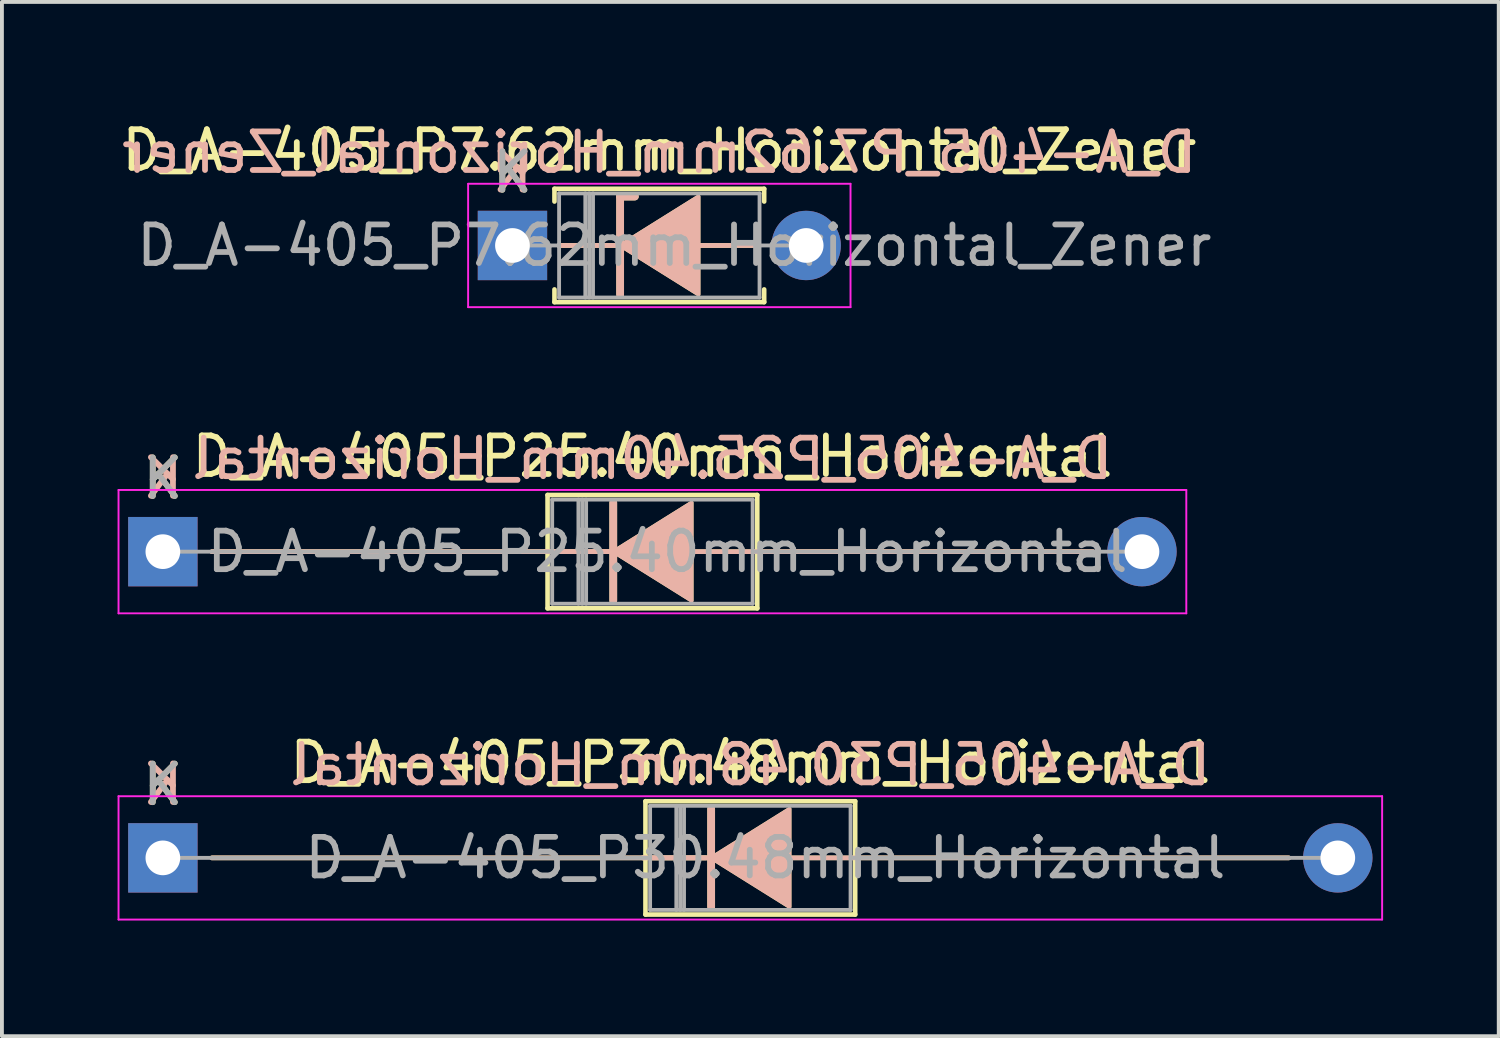
<source format=kicad_pcb>
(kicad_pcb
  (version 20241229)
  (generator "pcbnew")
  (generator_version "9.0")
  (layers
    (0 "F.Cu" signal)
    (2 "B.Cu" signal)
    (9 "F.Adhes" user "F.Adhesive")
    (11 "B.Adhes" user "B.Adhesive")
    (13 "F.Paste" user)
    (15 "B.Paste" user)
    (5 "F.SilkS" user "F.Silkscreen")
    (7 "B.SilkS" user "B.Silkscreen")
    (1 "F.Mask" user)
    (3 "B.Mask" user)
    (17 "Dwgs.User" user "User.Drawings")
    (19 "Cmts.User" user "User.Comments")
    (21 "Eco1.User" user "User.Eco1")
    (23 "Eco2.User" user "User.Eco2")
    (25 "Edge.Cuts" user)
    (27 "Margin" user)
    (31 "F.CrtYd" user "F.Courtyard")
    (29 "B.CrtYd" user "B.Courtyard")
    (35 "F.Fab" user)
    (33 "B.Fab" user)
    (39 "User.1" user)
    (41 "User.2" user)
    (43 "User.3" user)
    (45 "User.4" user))
  (footprint "D_A-405_P7.62mm_Horizontal_Zener"
    (layer "F.Cu")
    (at 10.244 3.318)
    (property "Reference" "D_A-405_P7.62mm_Horizontal_Zener" (at 3.81 -2.47 0) (layer "F.SilkS") (effects (font (size 1 1) (thickness 0.15))))
    (fp_line (start 1.09 -1.47) (end 6.53 -1.47) (stroke (width 0.12) (type solid)) (layer "F.SilkS"))
    (fp_line (start 1.09 -1.14) (end 1.09 -1.47) (stroke (width 0.12) (type solid)) (layer "F.SilkS"))
    (fp_line (start 1.09 1.14) (end 1.09 1.47) (stroke (width 0.12) (type solid)) (layer "F.SilkS"))
    (fp_line (start 1.09 1.47) (end 6.53 1.47) (stroke (width 0.12) (type solid)) (layer "F.SilkS"))
    (fp_line (start 1.2 0) (end 2.794 0) (stroke (width 0.12) (type solid)) (layer "F.SilkS"))
    (fp_line (start 2.794 -1.27) (end 2.794 1.27) (stroke (width 0.2) (type solid)) (layer "F.SilkS"))
    (fp_line (start 2.794 -1.27) (end 3.175 -1.27) (stroke (width 0.2) (type solid)) (layer "F.SilkS"))
    (fp_line (start 6.4 0) (end 4.826 0) (stroke (width 0.12) (type solid)) (layer "F.SilkS"))
    (fp_line (start 6.53 -1.47) (end 6.53 -1.14) (stroke (width 0.12) (type solid)) (layer "F.SilkS"))
    (fp_line (start 6.53 1.47) (end 6.53 1.14) (stroke (width 0.12) (type solid)) (layer "F.SilkS"))
    (fp_poly (pts (xy 4.826 1.27) (xy 2.794 0) (xy 4.826 -1.27)) (stroke (width 0.1) (type solid)) (fill yes) (layer "F.SilkS"))
    (fp_line (start 1.2 0) (end 2.794 0) (stroke (width 0.12) (type solid)) (layer "B.SilkS"))
    (fp_line (start 2.794 -1.27) (end 3.175 -1.27) (stroke (width 0.2) (type solid)) (layer "B.SilkS"))
    (fp_line (start 2.794 1.27) (end 2.794 -1.27) (stroke (width 0.2) (type solid)) (layer "B.SilkS"))
    (fp_line (start 6.4 0) (end 4.826 0) (stroke (width 0.12) (type solid)) (layer "B.SilkS"))
    (fp_poly (pts (xy 4.826 -1.27) (xy 2.794 0) (xy 4.826 1.27)) (stroke (width 0.1) (type solid)) (fill yes) (layer "B.SilkS"))
    (fp_line (start -1.15 -1.6) (end -1.15 1.6) (stroke (width 0.05) (type solid)) (layer "F.CrtYd"))
    (fp_line (start -1.15 1.6) (end 8.77 1.6) (stroke (width 0.05) (type solid)) (layer "F.CrtYd"))
    (fp_line (start 8.77 -1.6) (end -1.15 -1.6) (stroke (width 0.05) (type solid)) (layer "F.CrtYd"))
    (fp_line (start 8.77 1.6) (end 8.77 -1.6) (stroke (width 0.05) (type solid)) (layer "F.CrtYd"))
    (fp_line (start 0 0) (end 1.21 0) (stroke (width 0.1) (type solid)) (layer "F.Fab"))
    (fp_line (start 1.21 -1.35) (end 1.21 1.35) (stroke (width 0.1) (type solid)) (layer "F.Fab"))
    (fp_line (start 1.21 1.35) (end 6.41 1.35) (stroke (width 0.1) (type solid)) (layer "F.Fab"))
    (fp_line (start 1.89 -1.35) (end 1.89 1.35) (stroke (width 0.1) (type solid)) (layer "F.Fab"))
    (fp_line (start 1.99 -1.35) (end 1.99 1.35) (stroke (width 0.1) (type solid)) (layer "F.Fab"))
    (fp_line (start 2.09 -1.35) (end 2.09 1.35) (stroke (width 0.1) (type solid)) (layer "F.Fab"))
    (fp_line (start 6.41 -1.35) (end 1.21 -1.35) (stroke (width 0.1) (type solid)) (layer "F.Fab"))
    (fp_line (start 6.41 1.35) (end 6.41 -1.35) (stroke (width 0.1) (type solid)) (layer "F.Fab"))
    (fp_line (start 7.62 0) (end 6.41 0) (stroke (width 0.1) (type solid)) (layer "F.Fab"))
    (fp_text user "K" (at 0 -1.9 0) (layer "F.SilkS") (effects (font (size 1 1) (thickness 0.15))))
    (fp_text user "${REFERENCE}" (at 3.81 -2.413 0) (layer "B.SilkS") (effects (font (size 1 1) (thickness 0.15)) (justify mirror)))
    (fp_text user "K" (at 0 -1.905 0) (layer "B.SilkS") (effects (font (size 1 1) (thickness 0.15)) (justify mirror)))
    (fp_text user "K" (at 0 -1.9 0) (layer "F.Fab") (effects (font (size 1 1) (thickness 0.15))))
    (fp_text user "${REFERENCE}" (at 4.2 0 0) (layer "F.Fab") (effects (font (size 1 1) (thickness 0.15))))
    (pad "1" thru_hole rect (at 0 0) (size 1.8 1.8) (drill 0.9) (layers "*.Cu" "*.Mask"))
    (pad "2" thru_hole oval (at 7.62 0) (size 1.8 1.8) (drill 0.9) (layers "*.Cu" "*.Mask")))
  (footprint "D_A-405_P30.48mm_Horizontal"
    (layer "F.Cu")
    (at 1.175 19.205)
    (property "Reference" "D_A-405_P30.48mm_Horizontal" (at 15.24 -2.47 0) (layer "F.SilkS") (effects (font (size 1 1) (thickness 0.15))))
    (fp_line (start 1.27 0) (end 12.52 0) (stroke (width 0.12) (type solid)) (layer "F.SilkS"))
    (fp_line (start 12.52 -1.47) (end 12.52 1.47) (stroke (width 0.12) (type solid)) (layer "F.SilkS"))
    (fp_line (start 12.52 1.47) (end 17.96 1.47) (stroke (width 0.12) (type solid)) (layer "F.SilkS"))
    (fp_line (start 12.69 0) (end 14.09 0) (stroke (width 0.12) (type solid)) (layer "F.SilkS"))
    (fp_line (start 14.224 -1.27) (end 14.224 1.27) (stroke (width 0.2) (type solid)) (layer "F.SilkS"))
    (fp_line (start 14.224 0) (end 12.446 0) (stroke (width 0.12) (type solid)) (layer "F.SilkS"))
    (fp_line (start 17.96 -1.47) (end 12.52 -1.47) (stroke (width 0.12) (type solid)) (layer "F.SilkS"))
    (fp_line (start 17.96 0) (end 16.32 0) (stroke (width 0.12) (type solid)) (layer "F.SilkS"))
    (fp_line (start 17.96 1.47) (end 17.96 -1.47) (stroke (width 0.12) (type solid)) (layer "F.SilkS"))
    (fp_line (start 29.21 0) (end 17.96 0) (stroke (width 0.12) (type solid)) (layer "F.SilkS"))
    (fp_poly (pts (xy 16.256 1.27) (xy 14.224 0) (xy 16.256 -1.27)) (stroke (width 0.1) (type solid)) (fill yes) (layer "F.SilkS"))
    (fp_line (start 1.27 0) (end 12.52 0) (stroke (width 0.12) (type solid)) (layer "B.SilkS"))
    (fp_line (start 12.69 0) (end 14.09 0) (stroke (width 0.12) (type solid)) (layer "B.SilkS"))
    (fp_line (start 14.224 0) (end 12.446 0) (stroke (width 0.12) (type solid)) (layer "B.SilkS"))
    (fp_line (start 14.224 1.27) (end 14.224 -1.27) (stroke (width 0.2) (type solid)) (layer "B.SilkS"))
    (fp_line (start 17.96 0) (end 16.32 0) (stroke (width 0.12) (type solid)) (layer "B.SilkS"))
    (fp_line (start 29.21 0) (end 17.96 0) (stroke (width 0.12) (type solid)) (layer "B.SilkS"))
    (fp_poly (pts (xy 16.256 -1.27) (xy 14.224 0) (xy 16.256 1.27)) (stroke (width 0.1) (type solid)) (fill yes) (layer "B.SilkS"))
    (fp_line (start -1.15 -1.6) (end -1.15 1.6) (stroke (width 0.05) (type solid)) (layer "F.CrtYd"))
    (fp_line (start -1.15 1.6) (end 31.63 1.6) (stroke (width 0.05) (type solid)) (layer "F.CrtYd"))
    (fp_line (start 31.63 -1.6) (end -1.15 -1.6) (stroke (width 0.05) (type solid)) (layer "F.CrtYd"))
    (fp_line (start 31.63 1.6) (end 31.63 -1.6) (stroke (width 0.05) (type solid)) (layer "F.CrtYd"))
    (fp_line (start 0 0) (end 12.64 0) (stroke (width 0.1) (type solid)) (layer "F.Fab"))
    (fp_line (start 12.64 -1.35) (end 12.64 1.35) (stroke (width 0.1) (type solid)) (layer "F.Fab"))
    (fp_line (start 12.64 1.35) (end 17.84 1.35) (stroke (width 0.1) (type solid)) (layer "F.Fab"))
    (fp_line (start 13.32 -1.35) (end 13.32 1.35) (stroke (width 0.1) (type solid)) (layer "F.Fab"))
    (fp_line (start 13.42 -1.35) (end 13.42 1.35) (stroke (width 0.1) (type solid)) (layer "F.Fab"))
    (fp_line (start 13.52 -1.35) (end 13.52 1.35) (stroke (width 0.1) (type solid)) (layer "F.Fab"))
    (fp_line (start 17.84 -1.35) (end 12.64 -1.35) (stroke (width 0.1) (type solid)) (layer "F.Fab"))
    (fp_line (start 17.84 1.35) (end 17.84 -1.35) (stroke (width 0.1) (type solid)) (layer "F.Fab"))
    (fp_line (start 30.48 0) (end 17.84 0) (stroke (width 0.1) (type solid)) (layer "F.Fab"))
    (fp_text user "K" (at 0 -1.9 0) (layer "F.SilkS") (effects (font (size 1 1) (thickness 0.15))))
    (fp_text user "${REFERENCE}" (at 15.24 -2.413 0) (layer "B.SilkS") (effects (font (size 1 1) (thickness 0.15)) (justify mirror)))
    (fp_text user "K" (at 0 -1.905 0) (layer "B.SilkS") (effects (font (size 1 1) (thickness 0.15)) (justify mirror)))
    (fp_text user "K" (at 0 -1.9 0) (layer "F.Fab") (effects (font (size 1 1) (thickness 0.15))))
    (fp_text user "${REFERENCE}" (at 15.63 0 0) (layer "F.Fab") (effects (font (size 1 1) (thickness 0.15))))
    (pad "1" thru_hole rect (at 0 0) (size 1.8 1.8) (drill 0.9) (layers "*.Cu" "*.Mask"))
    (pad "2" thru_hole oval (at 30.48 0) (size 1.8 1.8) (drill 0.9) (layers "*.Cu" "*.Mask")))
  (footprint "D_A-405_P25.40mm_Horizontal"
    (layer "F.Cu")
    (at 1.175 11.261)
    (property "Reference" "D_A-405_P25.40mm_Horizontal" (at 12.7 -2.47 0) (layer "F.SilkS") (effects (font (size 1 1) (thickness 0.15))))
    (fp_line (start 1.27 0) (end 9.98 0) (stroke (width 0.12) (type solid)) (layer "F.SilkS"))
    (fp_line (start 9.98 -1.47) (end 9.98 1.47) (stroke (width 0.12) (type solid)) (layer "F.SilkS"))
    (fp_line (start 9.98 1.47) (end 15.42 1.47) (stroke (width 0.12) (type solid)) (layer "F.SilkS"))
    (fp_line (start 10.15 0) (end 11.55 0) (stroke (width 0.12) (type solid)) (layer "F.SilkS"))
    (fp_line (start 11.684 -1.27) (end 11.684 1.27) (stroke (width 0.2) (type solid)) (layer "F.SilkS"))
    (fp_line (start 11.684 0) (end 9.906 0) (stroke (width 0.12) (type solid)) (layer "F.SilkS"))
    (fp_line (start 15.42 -1.47) (end 9.98 -1.47) (stroke (width 0.12) (type solid)) (layer "F.SilkS"))
    (fp_line (start 15.42 0) (end 13.78 0) (stroke (width 0.12) (type solid)) (layer "F.SilkS"))
    (fp_line (start 15.42 1.47) (end 15.42 -1.47) (stroke (width 0.12) (type solid)) (layer "F.SilkS"))
    (fp_line (start 24.13 0) (end 15.42 0) (stroke (width 0.12) (type solid)) (layer "F.SilkS"))
    (fp_poly (pts (xy 13.716 1.27) (xy 11.684 0) (xy 13.716 -1.27)) (stroke (width 0.1) (type solid)) (fill yes) (layer "F.SilkS"))
    (fp_line (start 1.27 0) (end 9.98 0) (stroke (width 0.12) (type solid)) (layer "B.SilkS"))
    (fp_line (start 10.15 0) (end 11.55 0) (stroke (width 0.12) (type solid)) (layer "B.SilkS"))
    (fp_line (start 11.684 0) (end 9.906 0) (stroke (width 0.12) (type solid)) (layer "B.SilkS"))
    (fp_line (start 11.684 1.27) (end 11.684 -1.27) (stroke (width 0.2) (type solid)) (layer "B.SilkS"))
    (fp_line (start 15.42 0) (end 13.78 0) (stroke (width 0.12) (type solid)) (layer "B.SilkS"))
    (fp_line (start 24.13 0) (end 15.42 0) (stroke (width 0.12) (type solid)) (layer "B.SilkS"))
    (fp_poly (pts (xy 13.716 -1.27) (xy 11.684 0) (xy 13.716 1.27)) (stroke (width 0.1) (type solid)) (fill yes) (layer "B.SilkS"))
    (fp_line (start -1.15 -1.6) (end -1.15 1.6) (stroke (width 0.05) (type solid)) (layer "F.CrtYd"))
    (fp_line (start -1.15 1.6) (end 26.55 1.6) (stroke (width 0.05) (type solid)) (layer "F.CrtYd"))
    (fp_line (start 26.55 -1.6) (end -1.15 -1.6) (stroke (width 0.05) (type solid)) (layer "F.CrtYd"))
    (fp_line (start 26.55 1.6) (end 26.55 -1.6) (stroke (width 0.05) (type solid)) (layer "F.CrtYd"))
    (fp_line (start 0 0) (end 10.1 0) (stroke (width 0.1) (type solid)) (layer "F.Fab"))
    (fp_line (start 10.1 -1.35) (end 10.1 1.35) (stroke (width 0.1) (type solid)) (layer "F.Fab"))
    (fp_line (start 10.1 1.35) (end 15.3 1.35) (stroke (width 0.1) (type solid)) (layer "F.Fab"))
    (fp_line (start 10.78 -1.35) (end 10.78 1.35) (stroke (width 0.1) (type solid)) (layer "F.Fab"))
    (fp_line (start 10.88 -1.35) (end 10.88 1.35) (stroke (width 0.1) (type solid)) (layer "F.Fab"))
    (fp_line (start 10.98 -1.35) (end 10.98 1.35) (stroke (width 0.1) (type solid)) (layer "F.Fab"))
    (fp_line (start 15.3 -1.35) (end 10.1 -1.35) (stroke (width 0.1) (type solid)) (layer "F.Fab"))
    (fp_line (start 15.3 1.35) (end 15.3 -1.35) (stroke (width 0.1) (type solid)) (layer "F.Fab"))
    (fp_line (start 25.4 0) (end 15.3 0) (stroke (width 0.1) (type solid)) (layer "F.Fab"))
    (fp_text user "K" (at 0 -1.9 0) (layer "F.SilkS") (effects (font (size 1 1) (thickness 0.15))))
    (fp_text user "${REFERENCE}" (at 12.7 -2.413 0) (layer "B.SilkS") (effects (font (size 1 1) (thickness 0.15)) (justify mirror)))
    (fp_text user "K" (at 0 -1.905 0) (layer "B.SilkS") (effects (font (size 1 1) (thickness 0.15)) (justify mirror)))
    (fp_text user "K" (at 0 -1.9 0) (layer "F.Fab") (effects (font (size 1 1) (thickness 0.15))))
    (fp_text user "${REFERENCE}" (at 13.09 0 0) (layer "F.Fab") (effects (font (size 1 1) (thickness 0.15))))
    (pad "1" thru_hole rect (at 0 0) (size 1.8 1.8) (drill 0.9) (layers "*.Cu" "*.Mask"))
    (pad "2" thru_hole oval (at 25.4 0) (size 1.8 1.8) (drill 0.9) (layers "*.Cu" "*.Mask")))
  (gr_rect
    (start -3 -3)
    (end 35.83 23.83)
    (stroke (width 0.1) (type default))
    (fill no)
    (layer "Edge.Cuts")))
</source>
